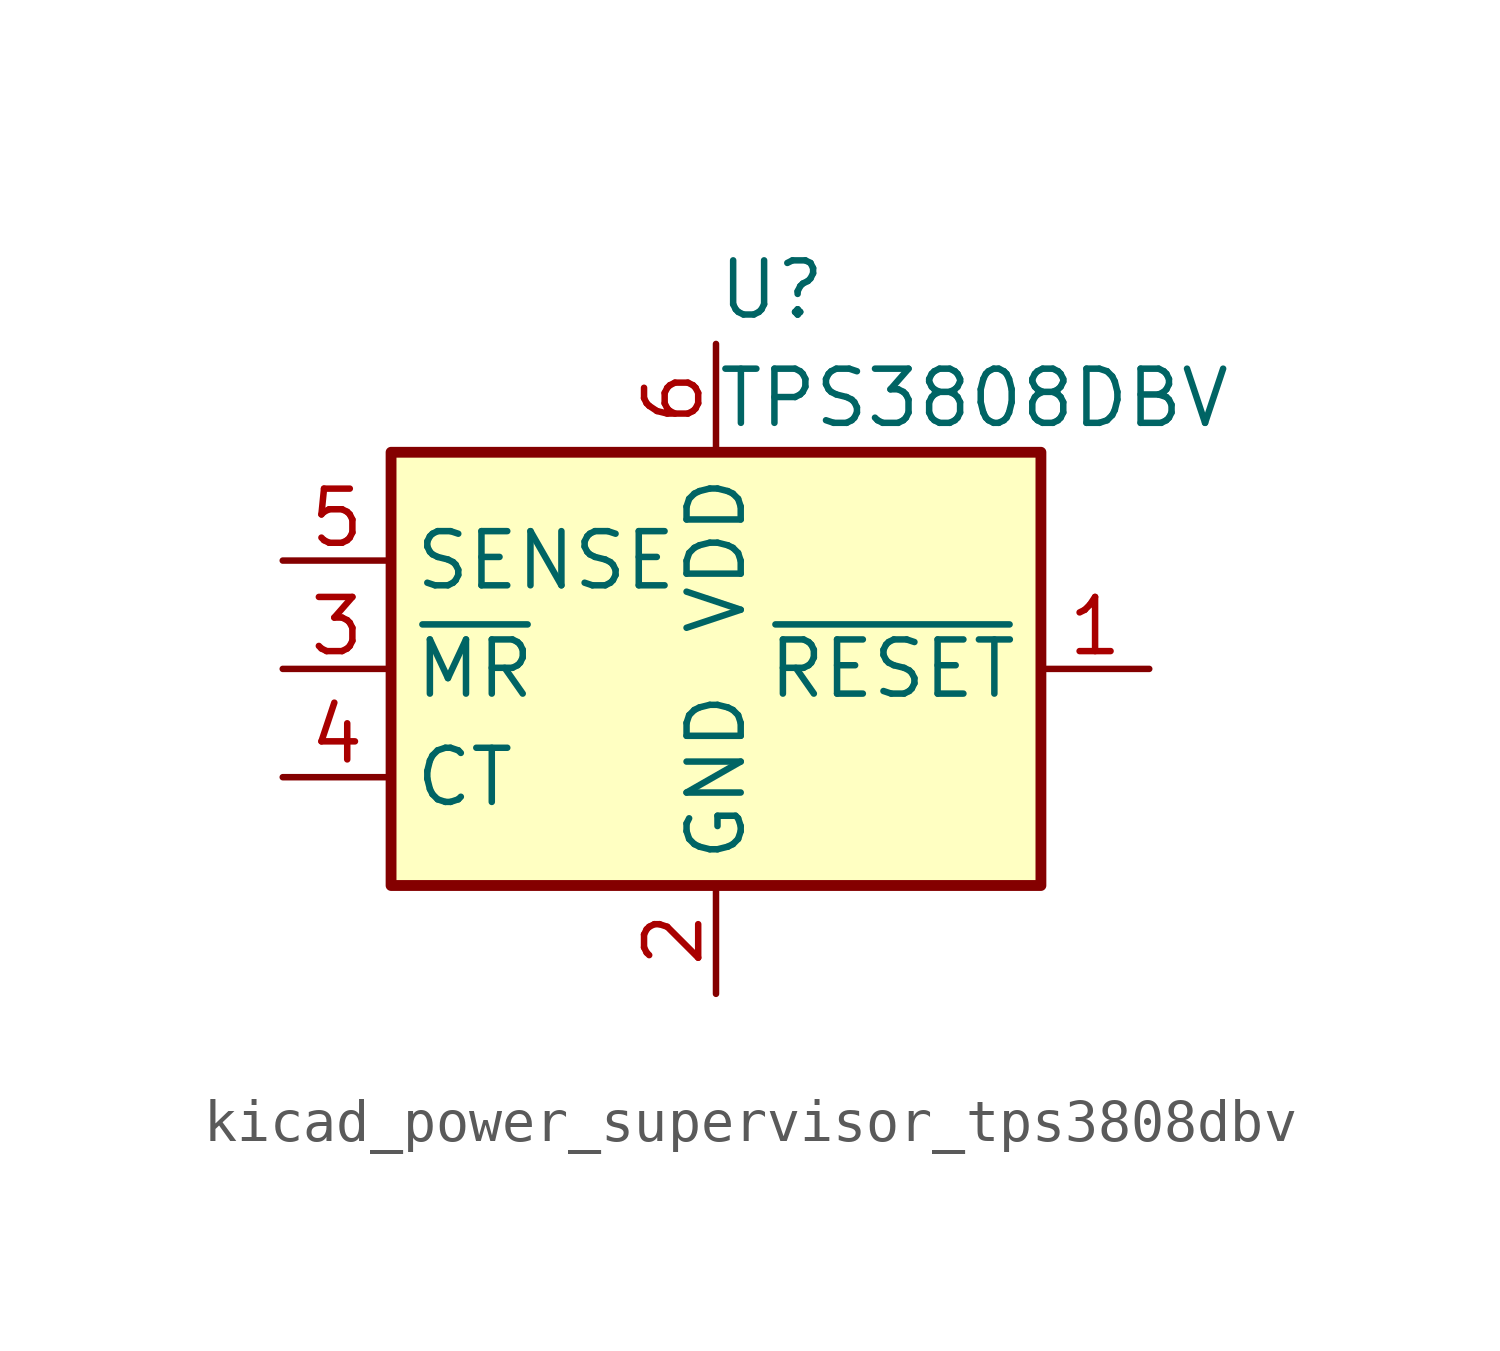
<source format=kicad_sym>
(kicad_symbol_lib
  (version 20220914)
  (generator kicad_symbol_editor)
  (symbol "kicad_power_supervisor_tps3808dbv"
    (property "Reference" "U"
      (at 0 8.89 0)
      (effects (font (size 1.27 1.27)) (justify left)))
    (property "Value" "TPS3808DBV"
      (at 0 6.35 0)
      (effects (font (size 1.27 1.27)) (justify left)))
    (symbol "kicad_power_supervisor_tps3808dbv_0_1"
      (rectangle (start -7.62 5.08) (end 7.62 -5.08) (stroke (width 0.254) (type default)) (fill (type background))))
    (symbol "kicad_power_supervisor_tps3808dbv_1_1"
      (pin output line (at 10.16 0 180) (length 2.54) (name "~{RESET}" (effects (font (size 1.27 1.27)))) (number "1" (effects (font (size 1.27 1.27)))))
      (pin power_in line (at 0 -7.62 90) (length 2.54) (name "GND" (effects (font (size 1.27 1.27)))) (number "2" (effects (font (size 1.27 1.27)))))
      (pin input line (at -10.16 0 0) (length 2.54) (name "~{MR}" (effects (font (size 1.27 1.27)))) (number "3" (effects (font (size 1.27 1.27)))))
      (pin input line (at -10.16 -2.54 0) (length 2.54) (name "CT" (effects (font (size 1.27 1.27)))) (number "4" (effects (font (size 1.27 1.27)))))
      (pin input line (at -10.16 2.54 0) (length 2.54) (name "SENSE" (effects (font (size 1.27 1.27)))) (number "5" (effects (font (size 1.27 1.27)))))
      (pin power_in line (at 0 7.62 270) (length 2.54) (name "VDD" (effects (font (size 1.27 1.27)))) (number "6" (effects (font (size 1.27 1.27))))))))
</source>
